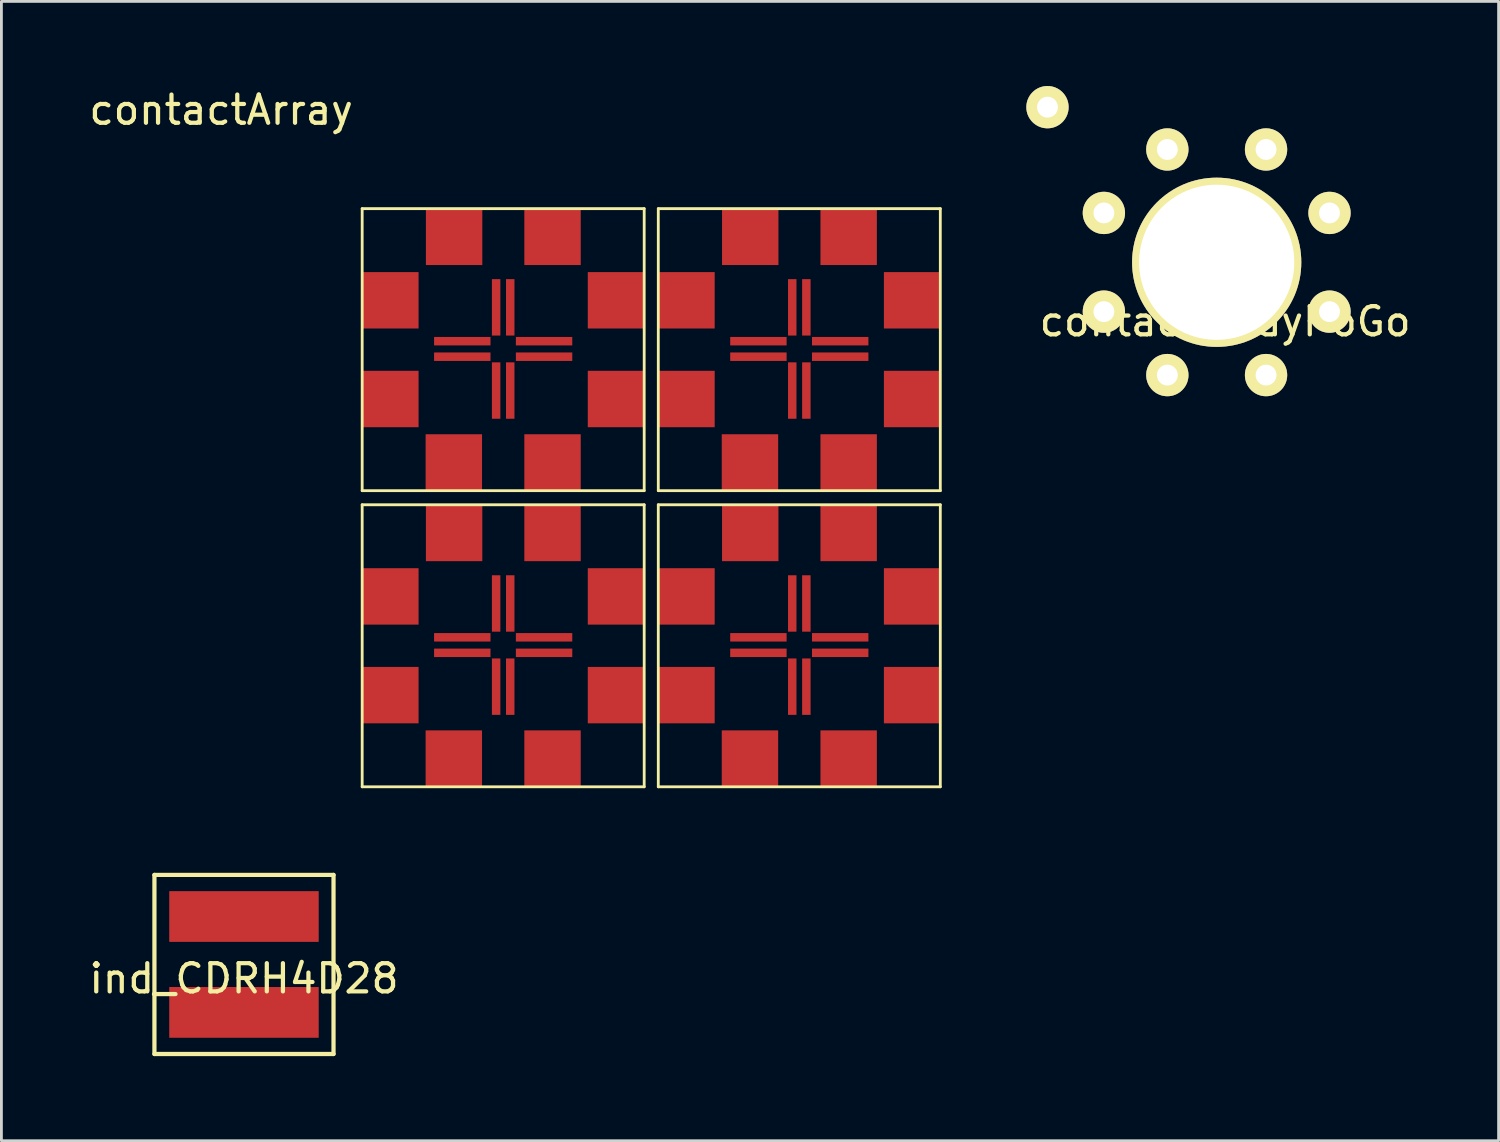
<source format=kicad_pcb>
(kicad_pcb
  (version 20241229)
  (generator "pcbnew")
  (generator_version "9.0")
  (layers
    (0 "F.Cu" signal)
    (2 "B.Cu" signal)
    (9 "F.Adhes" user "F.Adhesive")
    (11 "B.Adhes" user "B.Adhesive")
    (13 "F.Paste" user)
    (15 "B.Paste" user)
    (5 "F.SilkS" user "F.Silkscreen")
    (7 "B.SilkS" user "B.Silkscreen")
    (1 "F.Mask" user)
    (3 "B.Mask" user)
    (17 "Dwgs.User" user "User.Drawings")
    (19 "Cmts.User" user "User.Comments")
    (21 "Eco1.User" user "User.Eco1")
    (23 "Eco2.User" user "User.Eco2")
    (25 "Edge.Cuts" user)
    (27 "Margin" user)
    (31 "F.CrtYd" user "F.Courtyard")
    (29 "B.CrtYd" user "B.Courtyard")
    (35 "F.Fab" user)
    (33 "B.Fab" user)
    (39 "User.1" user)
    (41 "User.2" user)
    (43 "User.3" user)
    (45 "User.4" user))
  (footprint "ind_CDRH4D28"
    (layer "F.Cu")
    (at 5.601 31.148)
    (property "Reference" "ind_CDRH4D28" (at 0 0.5 0) (layer "F.SilkS") (effects (font (size 1 1) (thickness 0.15))))
    (attr through_hole)
    (fp_line (start -3.175 -3.175) (end 3.175 -3.175) (stroke (width 0.15) (type solid)) (layer "F.SilkS"))
    (fp_line (start -3.175 3.175) (end -3.175 -3.175) (stroke (width 0.15) (type solid)) (layer "F.SilkS"))
    (fp_line (start 3.175 -3.175) (end 3.175 3.175) (stroke (width 0.15) (type solid)) (layer "F.SilkS"))
    (fp_line (start 3.175 3.175) (end -3.175 3.175) (stroke (width 0.15) (type solid)) (layer "F.SilkS"))
    (pad "1" smd rect (at 0 -1.7) (size 5.3 1.8) (layers "F.Cu" "F.Mask" "F.Paste"))
    (pad "2" smd rect (at 0 1.7) (size 5.3 1.8) (layers "F.Cu" "F.Mask" "F.Paste")))
  (footprint "contactArrayPoGo"
    (layer "F.Cu")
    (at 40.092 6.25)
    (property "Reference" "contactArrayPoGo" (at 0.3 2.1 0) (layer "F.SilkS") (effects (font (size 1 1) (thickness 0.15))))
    (attr through_hole)
    (pad "1" thru_hole circle (at -1.75 -4) (size 1.5 1.5) (drill 0.74) (layers "*.Cu" "*.Mask" "F.SilkS"))
    (pad "2" thru_hole circle (at 1.75 -4) (size 1.5 1.5) (drill 0.74) (layers "*.Cu" "*.Mask" "F.SilkS"))
    (pad "3" thru_hole circle (at 4 -1.75) (size 1.5 1.5) (drill 0.74) (layers "*.Cu" "*.Mask" "F.SilkS"))
    (pad "4" thru_hole circle (at 4 1.75) (size 1.5 1.5) (drill 0.74) (layers "*.Cu" "*.Mask" "F.SilkS"))
    (pad "5" thru_hole circle (at 1.75 4) (size 1.5 1.5) (drill 0.74) (layers "*.Cu" "*.Mask" "F.SilkS"))
    (pad "6" thru_hole circle (at -1.75 4) (size 1.5 1.5) (drill 0.74) (layers "*.Cu" "*.Mask" "F.SilkS"))
    (pad "7" thru_hole circle (at -4 1.75) (size 1.5 1.5) (drill 0.74) (layers "*.Cu" "*.Mask" "F.SilkS"))
    (pad "8" thru_hole circle (at -4 -1.75) (size 1.5 1.5) (drill 0.74) (layers "*.Cu" "*.Mask" "F.SilkS"))
    (pad "9" thru_hole circle (at -6 -5.5) (size 1.5 1.5) (drill 0.74) (layers "*.Cu" "*.Mask" "F.SilkS"))
    (pad "10" thru_hole circle (at 0 0) (size 6 6) (drill 5.5) (layers "*.Cu" "*.Mask" "F.SilkS")))
  (footprint "contactArray"
    (layer "F.Cu")
    (at 14.792 9.348)
    (property "Reference" "contactArray" (at -10 -8.5 0) (layer "F.SilkS") (effects (font (size 1 1) (thickness 0.15))))
    (attr through_hole)
    (fp_line (start -5 -5) (end 5 -5) (stroke (width 0.1) (type solid)) (layer "F.SilkS"))
    (fp_line (start -5 5) (end -5 -5) (stroke (width 0.1) (type solid)) (layer "F.SilkS"))
    (fp_line (start -5 5.5) (end 5 5.5) (stroke (width 0.1) (type solid)) (layer "F.SilkS"))
    (fp_line (start -5 15.5) (end -5 5.5) (stroke (width 0.1) (type solid)) (layer "F.SilkS"))
    (fp_line (start 5 -5) (end 5 5) (stroke (width 0.1) (type solid)) (layer "F.SilkS"))
    (fp_line (start 5 5) (end -5 5) (stroke (width 0.1) (type solid)) (layer "F.SilkS"))
    (fp_line (start 5 5.5) (end 5 15.5) (stroke (width 0.1) (type solid)) (layer "F.SilkS"))
    (fp_line (start 5 15.5) (end -5 15.5) (stroke (width 0.1) (type solid)) (layer "F.SilkS"))
    (fp_line (start 5.5 -5) (end 15.5 -5) (stroke (width 0.1) (type solid)) (layer "F.SilkS"))
    (fp_line (start 5.5 5) (end 5.5 -5) (stroke (width 0.1) (type solid)) (layer "F.SilkS"))
    (fp_line (start 5.5 5.5) (end 15.5 5.5) (stroke (width 0.1) (type solid)) (layer "F.SilkS"))
    (fp_line (start 5.5 15.5) (end 5.5 5.5) (stroke (width 0.1) (type solid)) (layer "F.SilkS"))
    (fp_line (start 15.5 -5) (end 15.5 5) (stroke (width 0.1) (type solid)) (layer "F.SilkS"))
    (fp_line (start 15.5 5) (end 5.5 5) (stroke (width 0.1) (type solid)) (layer "F.SilkS"))
    (fp_line (start 15.5 5.5) (end 15.5 15.5) (stroke (width 0.1) (type solid)) (layer "F.SilkS"))
    (fp_line (start 15.5 15.5) (end 5.5 15.5) (stroke (width 0.1) (type solid)) (layer "F.SilkS"))
    (pad "1" smd rect (at -1.74 -4) (size 2 2) (layers "F.Cu" "F.Mask" "F.Paste"))
    (pad "1" smd rect (at -1.74 6.5) (size 2 2) (layers "F.Cu" "F.Mask" "F.Paste"))
    (pad "1" smd rect (at -0.25 -1.5) (size 0.3 2) (layers "F.Cu" "F.Mask" "F.Paste"))
    (pad "1" smd rect (at -0.25 9) (size 0.3 2) (layers "F.Cu" "F.Mask" "F.Paste"))
    (pad "1" smd rect (at 8.76 -4) (size 2 2) (layers "F.Cu" "F.Mask" "F.Paste"))
    (pad "1" smd rect (at 8.76 6.5) (size 2 2) (layers "F.Cu" "F.Mask" "F.Paste"))
    (pad "1" smd rect (at 10.25 -1.5) (size 0.3 2) (layers "F.Cu" "F.Mask" "F.Paste"))
    (pad "1" smd rect (at 10.25 9) (size 0.3 2) (layers "F.Cu" "F.Mask" "F.Paste"))
    (pad "2" smd rect (at 0.25 -1.5) (size 0.3 2) (layers "F.Cu" "F.Mask" "F.Paste"))
    (pad "2" smd rect (at 0.25 9) (size 0.3 2) (layers "F.Cu" "F.Mask" "F.Paste"))
    (pad "2" smd rect (at 1.75 -4) (size 2 2) (layers "F.Cu" "F.Mask" "F.Paste"))
    (pad "2" smd rect (at 1.75 6.5) (size 2 2) (layers "F.Cu" "F.Mask" "F.Paste"))
    (pad "2" smd rect (at 10.75 -1.5) (size 0.3 2) (layers "F.Cu" "F.Mask" "F.Paste"))
    (pad "2" smd rect (at 10.75 9) (size 0.3 2) (layers "F.Cu" "F.Mask" "F.Paste"))
    (pad "2" smd rect (at 12.25 -4) (size 2 2) (layers "F.Cu" "F.Mask" "F.Paste"))
    (pad "2" smd rect (at 12.25 6.5) (size 2 2) (layers "F.Cu" "F.Mask" "F.Paste"))
    (pad "3" smd rect (at 1.45 -0.3 90) (size 0.3 2) (layers "F.Cu" "F.Mask" "F.Paste"))
    (pad "3" smd rect (at 1.45 10.2 90) (size 0.3 2) (layers "F.Cu" "F.Mask" "F.Paste"))
    (pad "3" smd rect (at 4 -1.75) (size 2 2) (layers "F.Cu" "F.Mask" "F.Paste"))
    (pad "3" smd rect (at 4 8.75) (size 2 2) (layers "F.Cu" "F.Mask" "F.Paste"))
    (pad "3" smd rect (at 11.95 -0.3 90) (size 0.3 2) (layers "F.Cu" "F.Mask" "F.Paste"))
    (pad "3" smd rect (at 11.95 10.2 90) (size 0.3 2) (layers "F.Cu" "F.Mask" "F.Paste"))
    (pad "3" smd rect (at 14.5 -1.75) (size 2 2) (layers "F.Cu" "F.Mask" "F.Paste"))
    (pad "3" smd rect (at 14.5 8.75) (size 2 2) (layers "F.Cu" "F.Mask" "F.Paste"))
    (pad "4" smd rect (at 1.45 0.25 90) (size 0.3 2) (layers "F.Cu" "F.Mask" "F.Paste"))
    (pad "4" smd rect (at 1.45 10.75 90) (size 0.3 2) (layers "F.Cu" "F.Mask" "F.Paste"))
    (pad "4" smd rect (at 4 1.75) (size 2 2) (layers "F.Cu" "F.Mask" "F.Paste"))
    (pad "4" smd rect (at 4 12.25) (size 2 2) (layers "F.Cu" "F.Mask" "F.Paste"))
    (pad "4" smd rect (at 11.95 0.25 90) (size 0.3 2) (layers "F.Cu" "F.Mask" "F.Paste"))
    (pad "4" smd rect (at 11.95 10.75 90) (size 0.3 2) (layers "F.Cu" "F.Mask" "F.Paste"))
    (pad "4" smd rect (at 14.5 1.75) (size 2 2) (layers "F.Cu" "F.Mask" "F.Paste"))
    (pad "4" smd rect (at 14.5 12.25) (size 2 2) (layers "F.Cu" "F.Mask" "F.Paste"))
    (pad "5" smd rect (at 0.25 1.45) (size 0.3 2) (layers "F.Cu" "F.Mask" "F.Paste"))
    (pad "5" smd rect (at 0.25 11.95) (size 0.3 2) (layers "F.Cu" "F.Mask" "F.Paste"))
    (pad "5" smd rect (at 1.75 4) (size 2 2) (layers "F.Cu" "F.Mask" "F.Paste"))
    (pad "5" smd rect (at 1.75 14.5) (size 2 2) (layers "F.Cu" "F.Mask" "F.Paste"))
    (pad "5" smd rect (at 10.75 1.45) (size 0.3 2) (layers "F.Cu" "F.Mask" "F.Paste"))
    (pad "5" smd rect (at 10.75 11.95) (size 0.3 2) (layers "F.Cu" "F.Mask" "F.Paste"))
    (pad "5" smd rect (at 12.25 4) (size 2 2) (layers "F.Cu" "F.Mask" "F.Paste"))
    (pad "5" smd rect (at 12.25 14.5) (size 2 2) (layers "F.Cu" "F.Mask" "F.Paste"))
    (pad "6" smd rect (at -1.75 4) (size 2 2) (layers "F.Cu" "F.Mask" "F.Paste"))
    (pad "6" smd rect (at -1.75 14.5) (size 2 2) (layers "F.Cu" "F.Mask" "F.Paste"))
    (pad "6" smd rect (at -0.25 1.45) (size 0.3 2) (layers "F.Cu" "F.Mask" "F.Paste"))
    (pad "6" smd rect (at -0.25 11.95) (size 0.3 2) (layers "F.Cu" "F.Mask" "F.Paste"))
    (pad "6" smd rect (at 8.75 4) (size 2 2) (layers "F.Cu" "F.Mask" "F.Paste"))
    (pad "6" smd rect (at 8.75 14.5) (size 2 2) (layers "F.Cu" "F.Mask" "F.Paste"))
    (pad "6" smd rect (at 10.25 1.45) (size 0.3 2) (layers "F.Cu" "F.Mask" "F.Paste"))
    (pad "6" smd rect (at 10.25 11.95) (size 0.3 2) (layers "F.Cu" "F.Mask" "F.Paste"))
    (pad "7" smd rect (at -4 1.75) (size 2 2) (layers "F.Cu" "F.Mask" "F.Paste"))
    (pad "7" smd rect (at -4 12.25) (size 2 2) (layers "F.Cu" "F.Mask" "F.Paste"))
    (pad "7" smd rect (at -1.45 0.25 90) (size 0.3 2) (layers "F.Cu" "F.Mask" "F.Paste"))
    (pad "7" smd rect (at -1.45 10.75 90) (size 0.3 2) (layers "F.Cu" "F.Mask" "F.Paste"))
    (pad "7" smd rect (at 6.5 1.75) (size 2 2) (layers "F.Cu" "F.Mask" "F.Paste"))
    (pad "7" smd rect (at 6.5 12.25) (size 2 2) (layers "F.Cu" "F.Mask" "F.Paste"))
    (pad "7" smd rect (at 9.05 0.25 90) (size 0.3 2) (layers "F.Cu" "F.Mask" "F.Paste"))
    (pad "7" smd rect (at 9.05 10.75 90) (size 0.3 2) (layers "F.Cu" "F.Mask" "F.Paste"))
    (pad "8" smd rect (at -4 -1.75) (size 2 2) (layers "F.Cu" "F.Mask" "F.Paste"))
    (pad "8" smd rect (at -4 8.75) (size 2 2) (layers "F.Cu" "F.Mask" "F.Paste"))
    (pad "8" smd rect (at -1.45 -0.3 90) (size 0.3 2) (layers "F.Cu" "F.Mask" "F.Paste"))
    (pad "8" smd rect (at -1.45 10.2 90) (size 0.3 2) (layers "F.Cu" "F.Mask" "F.Paste"))
    (pad "8" smd rect (at 6.5 -1.75) (size 2 2) (layers "F.Cu" "F.Mask" "F.Paste"))
    (pad "8" smd rect (at 6.5 8.75) (size 2 2) (layers "F.Cu" "F.Mask" "F.Paste"))
    (pad "8" smd rect (at 9.05 -0.3 90) (size 0.3 2) (layers "F.Cu" "F.Mask" "F.Paste"))
    (pad "8" smd rect (at 9.05 10.2 90) (size 0.3 2) (layers "F.Cu" "F.Mask" "F.Paste")))
  (gr_rect
    (start -3 -3)
    (end 50.088 37.398)
    (stroke (width 0.1) (type default))
    (fill no)
    (layer "Edge.Cuts")))
</source>
